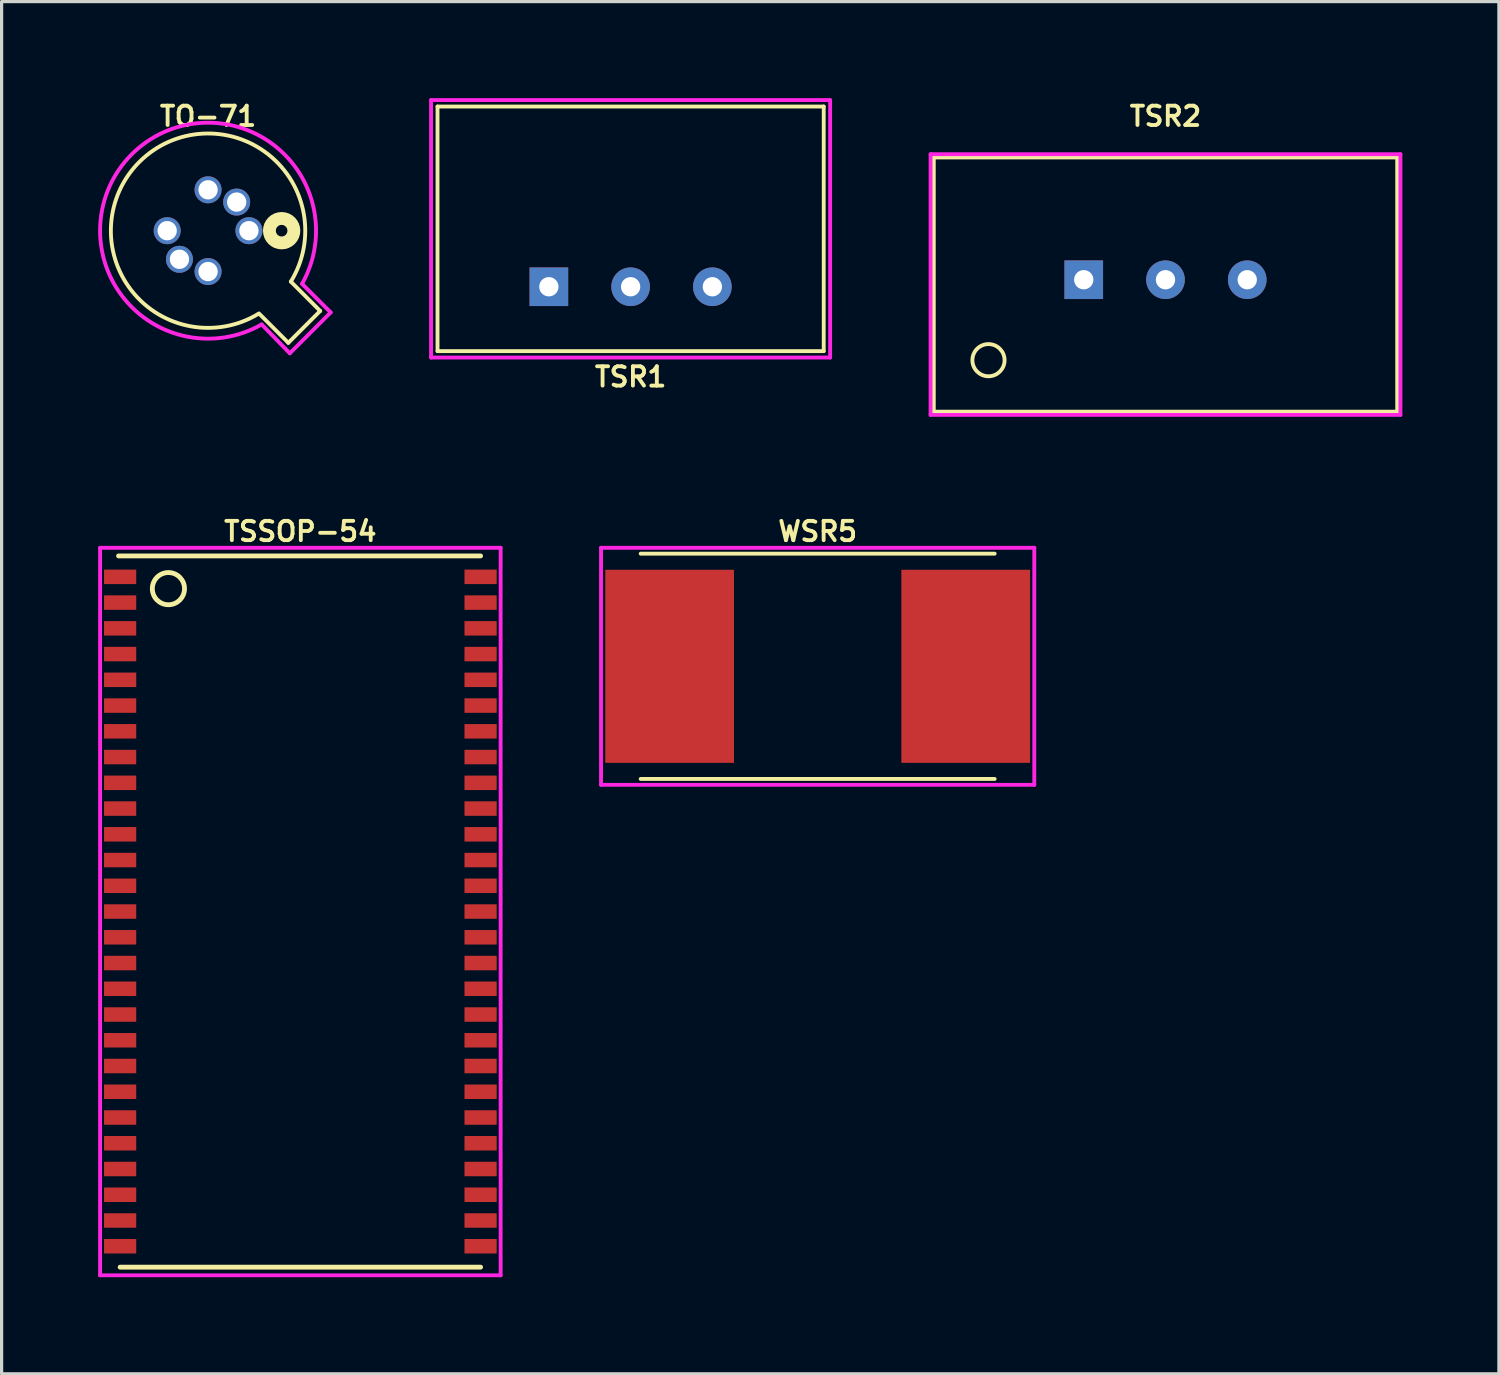
<source format=kicad_pcb>
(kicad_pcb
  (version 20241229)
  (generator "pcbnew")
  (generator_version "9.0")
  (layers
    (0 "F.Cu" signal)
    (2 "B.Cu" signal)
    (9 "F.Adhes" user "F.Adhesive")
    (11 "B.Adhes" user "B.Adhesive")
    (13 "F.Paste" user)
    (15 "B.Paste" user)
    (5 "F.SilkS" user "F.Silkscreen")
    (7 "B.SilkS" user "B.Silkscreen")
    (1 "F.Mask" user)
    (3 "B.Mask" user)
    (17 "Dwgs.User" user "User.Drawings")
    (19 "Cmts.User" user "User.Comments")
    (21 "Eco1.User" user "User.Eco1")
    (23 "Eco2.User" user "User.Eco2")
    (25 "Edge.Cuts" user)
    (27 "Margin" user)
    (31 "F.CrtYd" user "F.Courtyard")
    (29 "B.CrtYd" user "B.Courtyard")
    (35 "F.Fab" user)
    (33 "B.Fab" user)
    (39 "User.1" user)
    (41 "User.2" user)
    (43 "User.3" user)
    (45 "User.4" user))
  (footprint "WSR5"
    (layer "F.Cu")
    (at 22.357 17.654)
    (property "Reference" "WSR5" (at 0 -4.191 0) (layer "F.SilkS") (effects (font (size 0.6 0.6) (thickness 0.12))))
    (attr through_hole)
    (fp_line (start -5.5 -3.5) (end 5.5 -3.5) (stroke (width 0.12) (type solid)) (layer "F.SilkS"))
    (fp_line (start -5.5 3.5) (end 5.5 3.5) (stroke (width 0.12) (type solid)) (layer "F.SilkS"))
    (fp_line (start -6.731 -3.683) (end 6.731 -3.683) (stroke (width 0.12) (type solid)) (layer "F.CrtYd"))
    (fp_line (start -6.731 3.683) (end -6.731 -3.683) (stroke (width 0.12) (type solid)) (layer "F.CrtYd"))
    (fp_line (start 6.731 -3.683) (end 6.731 3.683) (stroke (width 0.12) (type solid)) (layer "F.CrtYd"))
    (fp_line (start 6.731 3.683) (end -6.731 3.683) (stroke (width 0.12) (type solid)) (layer "F.CrtYd"))
    (pad "1" smd rect (at -4.6 0) (size 4 6) (layers "F.Cu" "F.Mask" "F.Paste"))
    (pad "2" smd rect (at 4.6 0) (size 4 6) (layers "F.Cu" "F.Mask" "F.Paste")))
  (footprint "TO-71"
    (layer "F.Cu")
    (at 3.415 4.118)
    (property "Reference" "TO-71" (at 0 -3.556 0) (layer "F.SilkS") (effects (font (size 0.6 0.6) (thickness 0.12))))
    (attr through_hole)
    (fp_line (start 1.582 2.572) (end 2.494 3.484) (stroke (width 0.12) (type solid)) (layer "F.SilkS"))
    (fp_line (start 2.494 3.484) (end 3.484 2.494) (stroke (width 0.12) (type solid)) (layer "F.SilkS"))
    (fp_line (start 3.484 2.494) (end 2.572 1.582) (stroke (width 0.12) (type solid)) (layer "F.SilkS"))
    (fp_arc (start 1.563764 2.583609) (mid -2.127758 -2.143137) (end 2.57228 1.58233) (stroke (width 0.12) (type solid)) (layer "F.SilkS"))
    (fp_circle (center 2.286 0) (end 2.466 0) (stroke (width 0.4) (type solid)) (fill no) (layer "F.SilkS"))
    (fp_line (start 1.665 2.913) (end 2.54 3.81) (stroke (width 0.12) (type solid)) (layer "F.CrtYd"))
    (fp_line (start 2.54 3.81) (end 3.81 2.54) (stroke (width 0.12) (type solid)) (layer "F.CrtYd"))
    (fp_line (start 3.81 2.54) (end 2.921 1.651) (stroke (width 0.12) (type solid)) (layer "F.CrtYd"))
    (fp_arc (start 1.664695 2.913215) (mid -2.378118 -2.366978) (end 2.920999 1.650999) (stroke (width 0.12) (type solid)) (layer "F.CrtYd"))
    (pad "1" thru_hole circle (at 1.27 0) (size 0.84 0.84) (drill 0.6) (layers "*.Cu" "*.Mask"))
    (pad "2" thru_hole circle (at 0.889 -0.889) (size 0.84 0.84) (drill 0.6) (layers "*.Cu" "*.Mask"))
    (pad "3" thru_hole circle (at 0 -1.27) (size 0.84 0.84) (drill 0.6) (layers "*.Cu" "*.Mask"))
    (pad "5" thru_hole circle (at -1.27 0) (size 0.84 0.84) (drill 0.6) (layers "*.Cu" "*.Mask"))
    (pad "6" thru_hole circle (at -0.889 0.889) (size 0.84 0.84) (drill 0.6) (layers "*.Cu" "*.Mask"))
    (pad "7" thru_hole circle (at 0 1.27) (size 0.84 0.84) (drill 0.6) (layers "*.Cu" "*.Mask")))
  (footprint "TSSOP-54"
    (layer "F.Cu")
    (at 6.283 25.274)
    (property "Reference" "TSSOP-54" (at 0 -11.811 0) (layer "F.SilkS") (effects (font (size 0.6 0.6) (thickness 0.12))))
    (attr smd)
    (fp_line (start -5.65 -11.05) (end 5.6 -11.05) (stroke (width 0.15) (type solid)) (layer "F.SilkS"))
    (fp_line (start -5.6 11.05) (end 5.6 11.05) (stroke (width 0.15) (type solid)) (layer "F.SilkS"))
    (fp_circle (center -4.1 -10.033) (end -4.5 -10.333) (stroke (width 0.15) (type solid)) (fill no) (layer "F.SilkS"))
    (fp_line (start -6.223 -11.303) (end 6.223 -11.303) (stroke (width 0.12) (type solid)) (layer "F.CrtYd"))
    (fp_line (start -6.223 11.303) (end -6.223 -11.303) (stroke (width 0.12) (type solid)) (layer "F.CrtYd"))
    (fp_line (start 6.223 -11.303) (end 6.223 11.303) (stroke (width 0.12) (type solid)) (layer "F.CrtYd"))
    (fp_line (start 6.223 11.303) (end -6.223 11.303) (stroke (width 0.12) (type solid)) (layer "F.CrtYd"))
    (pad "1" smd rect (at -5.6 -10.4) (size 1 0.45) (layers "F.Cu" "F.Mask" "F.Paste"))
    (pad "2" smd rect (at -5.6 -9.6) (size 1 0.45) (layers "F.Cu" "F.Mask" "F.Paste"))
    (pad "3" smd rect (at -5.6 -8.8) (size 1 0.45) (layers "F.Cu" "F.Mask" "F.Paste"))
    (pad "4" smd rect (at -5.6 -8) (size 1 0.45) (layers "F.Cu" "F.Mask" "F.Paste"))
    (pad "5" smd rect (at -5.6 -7.2) (size 1 0.45) (layers "F.Cu" "F.Mask" "F.Paste"))
    (pad "6" smd rect (at -5.6 -6.4) (size 1 0.45) (layers "F.Cu" "F.Mask" "F.Paste"))
    (pad "7" smd rect (at -5.6 -5.6) (size 1 0.45) (layers "F.Cu" "F.Mask" "F.Paste"))
    (pad "8" smd rect (at -5.6 -4.8) (size 1 0.45) (layers "F.Cu" "F.Mask" "F.Paste"))
    (pad "9" smd rect (at -5.6 -4) (size 1 0.45) (layers "F.Cu" "F.Mask" "F.Paste"))
    (pad "10" smd rect (at -5.6 -3.2) (size 1 0.45) (layers "F.Cu" "F.Mask" "F.Paste"))
    (pad "11" smd rect (at -5.6 -2.4) (size 1 0.45) (layers "F.Cu" "F.Mask" "F.Paste"))
    (pad "12" smd rect (at -5.6 -1.6) (size 1 0.45) (layers "F.Cu" "F.Mask" "F.Paste"))
    (pad "13" smd rect (at -5.6 -0.8) (size 1 0.45) (layers "F.Cu" "F.Mask" "F.Paste"))
    (pad "14" smd rect (at -5.6 0) (size 1 0.45) (layers "F.Cu" "F.Mask" "F.Paste"))
    (pad "15" smd rect (at -5.6 0.8) (size 1 0.45) (layers "F.Cu" "F.Mask" "F.Paste"))
    (pad "16" smd rect (at -5.6 1.6) (size 1 0.45) (layers "F.Cu" "F.Mask" "F.Paste"))
    (pad "17" smd rect (at -5.6 2.4) (size 1 0.45) (layers "F.Cu" "F.Mask" "F.Paste"))
    (pad "18" smd rect (at -5.6 3.2) (size 1 0.45) (layers "F.Cu" "F.Mask" "F.Paste"))
    (pad "19" smd rect (at -5.6 4) (size 1 0.45) (layers "F.Cu" "F.Mask" "F.Paste"))
    (pad "20" smd rect (at -5.6 4.8) (size 1 0.45) (layers "F.Cu" "F.Mask" "F.Paste"))
    (pad "21" smd rect (at -5.6 5.6) (size 1 0.45) (layers "F.Cu" "F.Mask" "F.Paste"))
    (pad "22" smd rect (at -5.6 6.4) (size 1 0.45) (layers "F.Cu" "F.Mask" "F.Paste"))
    (pad "23" smd rect (at -5.6 7.2) (size 1 0.45) (layers "F.Cu" "F.Mask" "F.Paste"))
    (pad "24" smd rect (at -5.6 8) (size 1 0.45) (layers "F.Cu" "F.Mask" "F.Paste"))
    (pad "25" smd rect (at -5.6 8.8) (size 1 0.45) (layers "F.Cu" "F.Mask" "F.Paste"))
    (pad "26" smd rect (at -5.6 9.6) (size 1 0.45) (layers "F.Cu" "F.Mask" "F.Paste"))
    (pad "27" smd rect (at -5.6 10.4) (size 1 0.45) (layers "F.Cu" "F.Mask" "F.Paste"))
    (pad "28" smd rect (at 5.6 10.4) (size 1 0.45) (layers "F.Cu" "F.Mask" "F.Paste"))
    (pad "29" smd rect (at 5.6 9.6) (size 1 0.45) (layers "F.Cu" "F.Mask" "F.Paste"))
    (pad "30" smd rect (at 5.6 8.8) (size 1 0.45) (layers "F.Cu" "F.Mask" "F.Paste"))
    (pad "31" smd rect (at 5.6 8) (size 1 0.45) (layers "F.Cu" "F.Mask" "F.Paste"))
    (pad "32" smd rect (at 5.6 7.2) (size 1 0.45) (layers "F.Cu" "F.Mask" "F.Paste"))
    (pad "33" smd rect (at 5.6 6.4) (size 1 0.45) (layers "F.Cu" "F.Mask" "F.Paste"))
    (pad "34" smd rect (at 5.6 5.6) (size 1 0.45) (layers "F.Cu" "F.Mask" "F.Paste"))
    (pad "35" smd rect (at 5.6 4.8) (size 1 0.45) (layers "F.Cu" "F.Mask" "F.Paste"))
    (pad "36" smd rect (at 5.6 4) (size 1 0.45) (layers "F.Cu" "F.Mask" "F.Paste"))
    (pad "37" smd rect (at 5.6 3.2) (size 1 0.45) (layers "F.Cu" "F.Mask" "F.Paste"))
    (pad "38" smd rect (at 5.6 2.4) (size 1 0.45) (layers "F.Cu" "F.Mask" "F.Paste"))
    (pad "39" smd rect (at 5.6 1.6) (size 1 0.45) (layers "F.Cu" "F.Mask" "F.Paste"))
    (pad "40" smd rect (at 5.6 0.8) (size 1 0.45) (layers "F.Cu" "F.Mask" "F.Paste"))
    (pad "41" smd rect (at 5.6 0) (size 1 0.45) (layers "F.Cu" "F.Mask" "F.Paste"))
    (pad "42" smd rect (at 5.6 -0.8) (size 1 0.45) (layers "F.Cu" "F.Mask" "F.Paste"))
    (pad "43" smd rect (at 5.6 -1.6) (size 1 0.45) (layers "F.Cu" "F.Mask" "F.Paste"))
    (pad "44" smd rect (at 5.6 -2.4) (size 1 0.45) (layers "F.Cu" "F.Mask" "F.Paste"))
    (pad "45" smd rect (at 5.6 -3.2) (size 1 0.45) (layers "F.Cu" "F.Mask" "F.Paste"))
    (pad "46" smd rect (at 5.6 -4) (size 1 0.45) (layers "F.Cu" "F.Mask" "F.Paste"))
    (pad "47" smd rect (at 5.6 -4.8) (size 1 0.45) (layers "F.Cu" "F.Mask" "F.Paste"))
    (pad "48" smd rect (at 5.6 -5.6) (size 1 0.45) (layers "F.Cu" "F.Mask" "F.Paste"))
    (pad "49" smd rect (at 5.6 -6.4) (size 1 0.45) (layers "F.Cu" "F.Mask" "F.Paste"))
    (pad "50" smd rect (at 5.6 -7.2) (size 1 0.45) (layers "F.Cu" "F.Mask" "F.Paste"))
    (pad "51" smd rect (at 5.6 -8) (size 1 0.45) (layers "F.Cu" "F.Mask" "F.Paste"))
    (pad "52" smd rect (at 5.6 -8.8) (size 1 0.45) (layers "F.Cu" "F.Mask" "F.Paste"))
    (pad "53" smd rect (at 5.6 -9.6) (size 1 0.45) (layers "F.Cu" "F.Mask" "F.Paste"))
    (pad "54" smd rect (at 5.6 -10.4) (size 1 0.45) (layers "F.Cu" "F.Mask" "F.Paste")))
  (footprint "TSR1"
    (layer "F.Cu")
    (at 16.545 5.86)
    (property "Reference" "TSR1" (at 0 2.8 0) (layer "F.SilkS") (effects (font (size 0.6 0.6) (thickness 0.12))))
    (attr through_hole)
    (fp_line (start -6 -5.6) (end 6 -5.6) (stroke (width 0.12) (type solid)) (layer "F.SilkS"))
    (fp_line (start -6 2) (end -6 -5.6) (stroke (width 0.12) (type solid)) (layer "F.SilkS"))
    (fp_line (start -6 2) (end 6 2) (stroke (width 0.12) (type solid)) (layer "F.SilkS"))
    (fp_line (start 6 -5.6) (end 6 2) (stroke (width 0.12) (type solid)) (layer "F.SilkS"))
    (fp_line (start -6.2 -5.8) (end 6.2 -5.8) (stroke (width 0.12) (type solid)) (layer "F.CrtYd"))
    (fp_line (start -6.2 2.2) (end -6.2 -5.8) (stroke (width 0.12) (type solid)) (layer "F.CrtYd"))
    (fp_line (start 6.2 -5.8) (end 6.2 2.2) (stroke (width 0.12) (type solid)) (layer "F.CrtYd"))
    (fp_line (start 6.2 2.2) (end -6.2 2.2) (stroke (width 0.12) (type solid)) (layer "F.CrtYd"))
    (pad "1" thru_hole rect (at -2.54 0) (size 1.2 1.2) (drill 0.6) (layers "*.Cu" "*.Mask"))
    (pad "2" thru_hole circle (at 0 0) (size 1.2 1.2) (drill 0.6) (layers "*.Cu" "*.Mask"))
    (pad "3" thru_hole circle (at 2.54 0) (size 1.2 1.2) (drill 0.6) (layers "*.Cu" "*.Mask")))
  (footprint "TSR2"
    (layer "F.Cu")
    (at 33.165 5.642)
    (property "Reference" "TSR2" (at 0 -5.08 0) (layer "F.SilkS") (effects (font (size 0.6 0.6) (thickness 0.12))))
    (attr through_hole)
    (fp_line (start -7.2 -3.8) (end 7.2 -3.8) (stroke (width 0.12) (type solid)) (layer "F.SilkS"))
    (fp_line (start -7.2 4.1) (end -7.2 -3.8) (stroke (width 0.12) (type solid)) (layer "F.SilkS"))
    (fp_line (start 7.2 -3.8) (end 7.2 4.1) (stroke (width 0.12) (type solid)) (layer "F.SilkS"))
    (fp_line (start 7.2 4.1) (end -7.2 4.1) (stroke (width 0.12) (type solid)) (layer "F.SilkS"))
    (fp_circle (center -5.5 2.5) (end -5.5 3) (stroke (width 0.12) (type solid)) (fill no) (layer "F.SilkS"))
    (fp_line (start -7.3 -3.9) (end 7.3 -3.9) (stroke (width 0.12) (type solid)) (layer "F.CrtYd"))
    (fp_line (start -7.3 4.2) (end -7.3 -3.9) (stroke (width 0.12) (type solid)) (layer "F.CrtYd"))
    (fp_line (start 7.3 -3.9) (end 7.3 4.2) (stroke (width 0.12) (type solid)) (layer "F.CrtYd"))
    (fp_line (start 7.3 4.2) (end -7.3 4.2) (stroke (width 0.12) (type solid)) (layer "F.CrtYd"))
    (pad "1" thru_hole rect (at -2.54 0) (size 1.2 1.2) (drill 0.6) (layers "*.Cu" "*.Mask"))
    (pad "2" thru_hole circle (at 0 0) (size 1.2 1.2) (drill 0.6) (layers "*.Cu" "*.Mask"))
    (pad "3" thru_hole circle (at 2.54 0) (size 1.2 1.2) (drill 0.6) (layers "*.Cu" "*.Mask")))
  (gr_rect
    (start -3 -3)
    (end 43.525 39.637)
    (stroke (width 0.1) (type default))
    (fill no)
    (layer "Edge.Cuts")))
</source>
